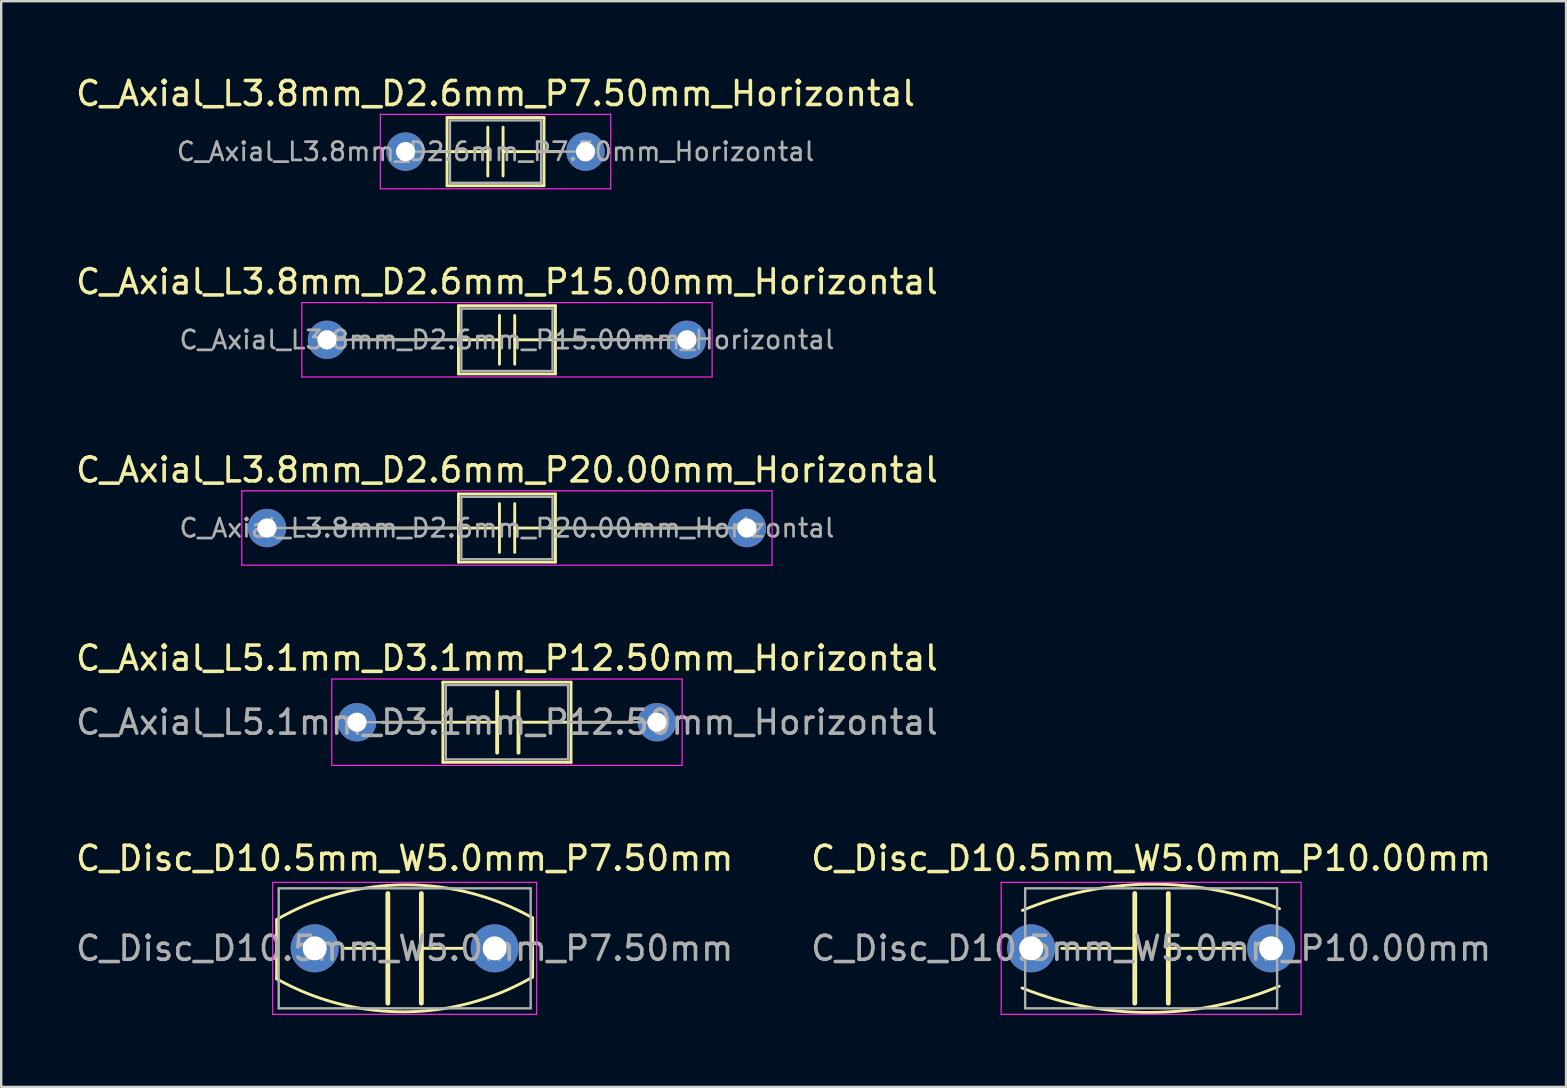
<source format=kicad_pcb>
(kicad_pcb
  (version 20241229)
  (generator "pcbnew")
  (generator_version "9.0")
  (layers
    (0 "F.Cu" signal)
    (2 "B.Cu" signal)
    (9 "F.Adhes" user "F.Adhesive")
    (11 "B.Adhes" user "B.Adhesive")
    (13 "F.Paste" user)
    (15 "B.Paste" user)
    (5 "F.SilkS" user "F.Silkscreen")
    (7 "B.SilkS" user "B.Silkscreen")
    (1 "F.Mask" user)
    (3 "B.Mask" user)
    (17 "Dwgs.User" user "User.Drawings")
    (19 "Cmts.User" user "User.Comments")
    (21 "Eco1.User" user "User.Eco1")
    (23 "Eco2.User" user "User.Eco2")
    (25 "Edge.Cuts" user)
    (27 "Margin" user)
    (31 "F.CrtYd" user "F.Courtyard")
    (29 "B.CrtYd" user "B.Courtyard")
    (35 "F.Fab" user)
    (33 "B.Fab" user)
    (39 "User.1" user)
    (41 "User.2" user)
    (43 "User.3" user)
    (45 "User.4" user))
  (footprint "C_Disc_D10.5mm_W5.0mm_P7.50mm"
    (layer "F.Cu")
    (at 10.065 36.471)
    (property "Reference" "C_Disc_D10.5mm_W5.0mm_P7.50mm" (at 3.75 -3.75 0) (layer "F.SilkS") (effects (font (size 1 1) (thickness 0.15))))
    (attr through_hole)
    (fp_line (start -1.587 -1.143) (end -1.584 -1.2) (stroke (width 0.12) (type solid)) (layer "F.SilkS"))
    (fp_line (start -1.587 1.27) (end -1.587 -1.143) (stroke (width 0.12) (type solid)) (layer "F.SilkS"))
    (fp_line (start 1.27 0) (end 3.048 0) (stroke (width 0.12) (type solid)) (layer "F.SilkS"))
    (fp_line (start 3.048 0) (end 3.048 -2.286) (stroke (width 0.2) (type solid)) (layer "F.SilkS"))
    (fp_line (start 3.048 0) (end 3.048 2.286) (stroke (width 0.2) (type solid)) (layer "F.SilkS"))
    (fp_line (start 4.445 0) (end 4.445 -2.286) (stroke (width 0.2) (type solid)) (layer "F.SilkS"))
    (fp_line (start 4.445 0) (end 4.445 2.286) (stroke (width 0.2) (type solid)) (layer "F.SilkS"))
    (fp_line (start 4.445 0) (end 6.223 0) (stroke (width 0.12) (type solid)) (layer "F.SilkS"))
    (fp_line (start 9.081 -1.27) (end 9.081 1.143) (stroke (width 0.12) (type solid)) (layer "F.SilkS"))
    (fp_line (start 9.081 1.143) (end 9.077 1.2) (stroke (width 0.12) (type solid)) (layer "F.SilkS"))
    (fp_arc (start -1.583661 -1.19986) (mid 3.739134 -2.646764) (end 9.0805 -1.27) (stroke (width 0.12) (type solid)) (layer "F.SilkS"))
    (fp_arc (start 9.076661 1.19986) (mid 3.753866 2.646764) (end -1.5875 1.27) (stroke (width 0.12) (type solid)) (layer "F.SilkS"))
    (fp_line (start -1.75 -2.75) (end -1.75 2.75) (stroke (width 0.05) (type solid)) (layer "F.CrtYd"))
    (fp_line (start -1.75 2.75) (end 9.25 2.75) (stroke (width 0.05) (type solid)) (layer "F.CrtYd"))
    (fp_line (start 9.25 -2.75) (end -1.75 -2.75) (stroke (width 0.05) (type solid)) (layer "F.CrtYd"))
    (fp_line (start 9.25 2.75) (end 9.25 -2.75) (stroke (width 0.05) (type solid)) (layer "F.CrtYd"))
    (fp_line (start -1.5 -2.5) (end -1.5 2.5) (stroke (width 0.1) (type solid)) (layer "F.Fab"))
    (fp_line (start -1.5 2.5) (end 9 2.5) (stroke (width 0.1) (type solid)) (layer "F.Fab"))
    (fp_line (start 9 -2.5) (end -1.5 -2.5) (stroke (width 0.1) (type solid)) (layer "F.Fab"))
    (fp_line (start 9 2.5) (end 9 -2.5) (stroke (width 0.1) (type solid)) (layer "F.Fab"))
    (fp_text user "${REFERENCE}" (at 3.75 0 0) (layer "F.Fab") (effects (font (size 1 1) (thickness 0.15))))
    (pad "1" thru_hole circle (at 0 0) (size 2 2) (drill 1) (layers "*.Cu" "*.Mask"))
    (pad "2" thru_hole circle (at 7.5 0) (size 2 2) (drill 1) (layers "*.Cu" "*.Mask")))
  (footprint "C_Axial_L3.8mm_D2.6mm_P15.00mm_Horizontal"
    (layer "F.Cu")
    (at 10.577 11.111)
    (property "Reference" "C_Axial_L3.8mm_D2.6mm_P15.00mm_Horizontal" (at 7.5 -2.42 0) (layer "F.SilkS") (effects (font (size 1 1) (thickness 0.15))))
    (attr through_hole)
    (fp_line (start 1.04 0) (end 5.48 0) (stroke (width 0.12) (type solid)) (layer "F.SilkS"))
    (fp_line (start 5.461 0) (end 7.188 0) (stroke (width 0.12) (type solid)) (layer "F.SilkS"))
    (fp_line (start 5.48 -1.42) (end 5.48 1.42) (stroke (width 0.12) (type solid)) (layer "F.SilkS"))
    (fp_line (start 5.48 1.42) (end 9.52 1.42) (stroke (width 0.12) (type solid)) (layer "F.SilkS"))
    (fp_line (start 7.188 0) (end 7.188 -1.016) (stroke (width 0.12) (type solid)) (layer "F.SilkS"))
    (fp_line (start 7.188 0) (end 7.188 1.016) (stroke (width 0.12) (type solid)) (layer "F.SilkS"))
    (fp_line (start 7.823 0) (end 7.823 -1.016) (stroke (width 0.12) (type solid)) (layer "F.SilkS"))
    (fp_line (start 7.823 0) (end 7.823 1.016) (stroke (width 0.12) (type solid)) (layer "F.SilkS"))
    (fp_line (start 9.52 -1.42) (end 5.48 -1.42) (stroke (width 0.12) (type solid)) (layer "F.SilkS"))
    (fp_line (start 9.52 1.42) (end 9.52 -1.42) (stroke (width 0.12) (type solid)) (layer "F.SilkS"))
    (fp_line (start 9.525 0) (end 7.823 0) (stroke (width 0.12) (type solid)) (layer "F.SilkS"))
    (fp_line (start 13.96 0) (end 9.52 0) (stroke (width 0.12) (type solid)) (layer "F.SilkS"))
    (fp_line (start -1.05 -1.55) (end -1.05 1.55) (stroke (width 0.05) (type solid)) (layer "F.CrtYd"))
    (fp_line (start -1.05 1.55) (end 16.05 1.55) (stroke (width 0.05) (type solid)) (layer "F.CrtYd"))
    (fp_line (start 16.05 -1.55) (end -1.05 -1.55) (stroke (width 0.05) (type solid)) (layer "F.CrtYd"))
    (fp_line (start 16.05 1.55) (end 16.05 -1.55) (stroke (width 0.05) (type solid)) (layer "F.CrtYd"))
    (fp_line (start 0 0) (end 5.6 0) (stroke (width 0.1) (type solid)) (layer "F.Fab"))
    (fp_line (start 5.6 -1.3) (end 5.6 1.3) (stroke (width 0.1) (type solid)) (layer "F.Fab"))
    (fp_line (start 5.6 1.3) (end 9.4 1.3) (stroke (width 0.1) (type solid)) (layer "F.Fab"))
    (fp_line (start 9.4 -1.3) (end 5.6 -1.3) (stroke (width 0.1) (type solid)) (layer "F.Fab"))
    (fp_line (start 9.4 1.3) (end 9.4 -1.3) (stroke (width 0.1) (type solid)) (layer "F.Fab"))
    (fp_line (start 15 0) (end 9.4 0) (stroke (width 0.1) (type solid)) (layer "F.Fab"))
    (fp_text user "${REFERENCE}" (at 7.5 0 0) (layer "F.Fab") (effects (font (size 0.76 0.76) (thickness 0.114))))
    (pad "1" thru_hole circle (at 0 0) (size 1.6 1.6) (drill 0.8) (layers "*.Cu" "*.Mask"))
    (pad "2" thru_hole oval (at 15 0) (size 1.6 1.6) (drill 0.8) (layers "*.Cu" "*.Mask")))
  (footprint "C_Axial_L3.8mm_D2.6mm_P7.50mm_Horizontal"
    (layer "F.Cu")
    (at 13.851 3.268)
    (property "Reference" "C_Axial_L3.8mm_D2.6mm_P7.50mm_Horizontal" (at 3.75 -2.42 0) (layer "F.SilkS") (effects (font (size 1 1) (thickness 0.15))))
    (attr through_hole)
    (fp_line (start 1.04 0) (end 1.73 0) (stroke (width 0.12) (type solid)) (layer "F.SilkS"))
    (fp_line (start 1.73 -1.42) (end 1.73 1.42) (stroke (width 0.12) (type solid)) (layer "F.SilkS"))
    (fp_line (start 1.73 0) (end 3.429 0) (stroke (width 0.12) (type solid)) (layer "F.SilkS"))
    (fp_line (start 1.73 1.42) (end 5.77 1.42) (stroke (width 0.12) (type solid)) (layer "F.SilkS"))
    (fp_line (start 3.429 0) (end 3.429 -1.016) (stroke (width 0.12) (type solid)) (layer "F.SilkS"))
    (fp_line (start 3.429 0) (end 3.429 1.016) (stroke (width 0.12) (type solid)) (layer "F.SilkS"))
    (fp_line (start 4.064 0) (end 4.064 -1.016) (stroke (width 0.12) (type solid)) (layer "F.SilkS"))
    (fp_line (start 4.064 0) (end 4.064 1.016) (stroke (width 0.12) (type solid)) (layer "F.SilkS"))
    (fp_line (start 5.77 -1.42) (end 1.73 -1.42) (stroke (width 0.12) (type solid)) (layer "F.SilkS"))
    (fp_line (start 5.77 0) (end 4.064 0) (stroke (width 0.12) (type solid)) (layer "F.SilkS"))
    (fp_line (start 5.77 1.42) (end 5.77 -1.42) (stroke (width 0.12) (type solid)) (layer "F.SilkS"))
    (fp_line (start 6.46 0) (end 5.77 0) (stroke (width 0.12) (type solid)) (layer "F.SilkS"))
    (fp_line (start -1.05 -1.55) (end -1.05 1.55) (stroke (width 0.05) (type solid)) (layer "F.CrtYd"))
    (fp_line (start -1.05 1.55) (end 8.55 1.55) (stroke (width 0.05) (type solid)) (layer "F.CrtYd"))
    (fp_line (start 8.55 -1.55) (end -1.05 -1.55) (stroke (width 0.05) (type solid)) (layer "F.CrtYd"))
    (fp_line (start 8.55 1.55) (end 8.55 -1.55) (stroke (width 0.05) (type solid)) (layer "F.CrtYd"))
    (fp_line (start 0 0) (end 1.85 0) (stroke (width 0.1) (type solid)) (layer "F.Fab"))
    (fp_line (start 1.85 -1.3) (end 1.85 1.3) (stroke (width 0.1) (type solid)) (layer "F.Fab"))
    (fp_line (start 1.85 1.3) (end 5.65 1.3) (stroke (width 0.1) (type solid)) (layer "F.Fab"))
    (fp_line (start 5.65 -1.3) (end 1.85 -1.3) (stroke (width 0.1) (type solid)) (layer "F.Fab"))
    (fp_line (start 5.65 1.3) (end 5.65 -1.3) (stroke (width 0.1) (type solid)) (layer "F.Fab"))
    (fp_line (start 7.5 0) (end 5.65 0) (stroke (width 0.1) (type solid)) (layer "F.Fab"))
    (fp_text user "${REFERENCE}" (at 3.75 0 0) (layer "F.Fab") (effects (font (size 0.76 0.76) (thickness 0.114))))
    (pad "1" thru_hole circle (at 0 0) (size 1.6 1.6) (drill 0.8) (layers "*.Cu" "*.Mask"))
    (pad "2" thru_hole oval (at 7.5 0) (size 1.6 1.6) (drill 0.8) (layers "*.Cu" "*.Mask")))
  (footprint "C_Disc_D10.5mm_W5.0mm_P10.00mm"
    (layer "F.Cu")
    (at 39.923 36.471)
    (property "Reference" "C_Disc_D10.5mm_W5.0mm_P10.00mm" (at 5 -3.75 0) (layer "F.SilkS") (effects (font (size 1 1) (thickness 0.15))))
    (attr through_hole)
    (fp_line (start 1.27 0) (end 4.318 0) (stroke (width 0.12) (type solid)) (layer "F.SilkS"))
    (fp_line (start 4.318 0) (end 4.318 -2.286) (stroke (width 0.2) (type solid)) (layer "F.SilkS"))
    (fp_line (start 4.318 0) (end 4.318 2.286) (stroke (width 0.2) (type solid)) (layer "F.SilkS"))
    (fp_line (start 5.715 0) (end 5.715 -2.286) (stroke (width 0.2) (type solid)) (layer "F.SilkS"))
    (fp_line (start 5.715 0) (end 5.715 2.286) (stroke (width 0.2) (type solid)) (layer "F.SilkS"))
    (fp_line (start 5.715 0) (end 8.763 0) (stroke (width 0.12) (type solid)) (layer "F.SilkS"))
    (fp_arc (start -0.365657 -1.579056) (mid 4.985322 -2.672545) (end 10.3505 -1.651) (stroke (width 0.12) (type solid)) (layer "F.SilkS"))
    (fp_arc (start 10.335157 1.579056) (mid 4.984178 2.672545) (end -0.381 1.651) (stroke (width 0.12) (type solid)) (layer "F.SilkS"))
    (fp_line (start -1.25 -2.75) (end -1.25 2.75) (stroke (width 0.05) (type solid)) (layer "F.CrtYd"))
    (fp_line (start -1.25 2.75) (end 11.25 2.75) (stroke (width 0.05) (type solid)) (layer "F.CrtYd"))
    (fp_line (start 11.25 -2.75) (end -1.25 -2.75) (stroke (width 0.05) (type solid)) (layer "F.CrtYd"))
    (fp_line (start 11.25 2.75) (end 11.25 -2.75) (stroke (width 0.05) (type solid)) (layer "F.CrtYd"))
    (fp_line (start -0.25 -2.5) (end -0.25 2.5) (stroke (width 0.1) (type solid)) (layer "F.Fab"))
    (fp_line (start -0.25 2.5) (end 10.25 2.5) (stroke (width 0.1) (type solid)) (layer "F.Fab"))
    (fp_line (start 10.25 -2.5) (end -0.25 -2.5) (stroke (width 0.1) (type solid)) (layer "F.Fab"))
    (fp_line (start 10.25 2.5) (end 10.25 -2.5) (stroke (width 0.1) (type solid)) (layer "F.Fab"))
    (fp_text user "${REFERENCE}" (at 5 0 0) (layer "F.Fab") (effects (font (size 1 1) (thickness 0.15))))
    (pad "1" thru_hole circle (at 0 0) (size 2 2) (drill 1) (layers "*.Cu" "*.Mask"))
    (pad "2" thru_hole circle (at 10 0) (size 2 2) (drill 1) (layers "*.Cu" "*.Mask")))
  (footprint "C_Axial_L5.1mm_D3.1mm_P12.50mm_Horizontal"
    (layer "F.Cu")
    (at 11.827 27.048)
    (property "Reference" "C_Axial_L5.1mm_D3.1mm_P12.50mm_Horizontal" (at 6.25 -2.67 0) (layer "F.SilkS") (effects (font (size 1 1) (thickness 0.15))))
    (attr through_hole)
    (fp_line (start 1.04 0) (end 3.58 0) (stroke (width 0.12) (type solid)) (layer "F.SilkS"))
    (fp_line (start 3.58 -1.67) (end 3.58 1.67) (stroke (width 0.12) (type solid)) (layer "F.SilkS"))
    (fp_line (start 3.58 0) (end 5.842 0) (stroke (width 0.12) (type solid)) (layer "F.SilkS"))
    (fp_line (start 3.58 1.67) (end 8.92 1.67) (stroke (width 0.12) (type solid)) (layer "F.SilkS"))
    (fp_line (start 5.842 0) (end 5.842 -1.27) (stroke (width 0.16) (type solid)) (layer "F.SilkS"))
    (fp_line (start 5.842 0) (end 5.842 1.27) (stroke (width 0.16) (type solid)) (layer "F.SilkS"))
    (fp_line (start 6.731 0) (end 6.731 -1.27) (stroke (width 0.16) (type solid)) (layer "F.SilkS"))
    (fp_line (start 6.731 0) (end 6.731 1.27) (stroke (width 0.16) (type solid)) (layer "F.SilkS"))
    (fp_line (start 8.92 -1.67) (end 3.58 -1.67) (stroke (width 0.12) (type solid)) (layer "F.SilkS"))
    (fp_line (start 8.92 0) (end 6.731 0) (stroke (width 0.12) (type solid)) (layer "F.SilkS"))
    (fp_line (start 8.92 1.67) (end 8.92 -1.67) (stroke (width 0.12) (type solid)) (layer "F.SilkS"))
    (fp_line (start 11.46 0) (end 8.92 0) (stroke (width 0.12) (type solid)) (layer "F.SilkS"))
    (fp_line (start -1.05 -1.8) (end -1.05 1.8) (stroke (width 0.05) (type solid)) (layer "F.CrtYd"))
    (fp_line (start -1.05 1.8) (end 13.55 1.8) (stroke (width 0.05) (type solid)) (layer "F.CrtYd"))
    (fp_line (start 13.55 -1.8) (end -1.05 -1.8) (stroke (width 0.05) (type solid)) (layer "F.CrtYd"))
    (fp_line (start 13.55 1.8) (end 13.55 -1.8) (stroke (width 0.05) (type solid)) (layer "F.CrtYd"))
    (fp_line (start 0 0) (end 3.7 0) (stroke (width 0.1) (type solid)) (layer "F.Fab"))
    (fp_line (start 3.7 -1.55) (end 3.7 1.55) (stroke (width 0.1) (type solid)) (layer "F.Fab"))
    (fp_line (start 3.7 1.55) (end 8.8 1.55) (stroke (width 0.1) (type solid)) (layer "F.Fab"))
    (fp_line (start 8.8 -1.55) (end 3.7 -1.55) (stroke (width 0.1) (type solid)) (layer "F.Fab"))
    (fp_line (start 8.8 1.55) (end 8.8 -1.55) (stroke (width 0.1) (type solid)) (layer "F.Fab"))
    (fp_line (start 12.5 0) (end 8.8 0) (stroke (width 0.1) (type solid)) (layer "F.Fab"))
    (fp_text user "${REFERENCE}" (at 6.25 0 0) (layer "F.Fab") (effects (font (size 1 1) (thickness 0.15))))
    (pad "1" thru_hole circle (at 0 0) (size 1.6 1.6) (drill 0.8) (layers "*.Cu" "*.Mask"))
    (pad "2" thru_hole oval (at 12.5 0) (size 1.6 1.6) (drill 0.8) (layers "*.Cu" "*.Mask")))
  (footprint "C_Axial_L3.8mm_D2.6mm_P20.00mm_Horizontal"
    (layer "F.Cu")
    (at 8.077 18.955)
    (property "Reference" "C_Axial_L3.8mm_D2.6mm_P20.00mm_Horizontal" (at 10 -2.42 0) (layer "F.SilkS") (effects (font (size 1 1) (thickness 0.15))))
    (attr through_hole)
    (fp_line (start 1.1 0) (end 7.98 0) (stroke (width 0.12) (type solid)) (layer "F.SilkS"))
    (fp_line (start 7.98 -1.42) (end 7.98 1.42) (stroke (width 0.12) (type solid)) (layer "F.SilkS"))
    (fp_line (start 7.98 0) (end 9.688 0) (stroke (width 0.12) (type solid)) (layer "F.SilkS"))
    (fp_line (start 7.98 1.42) (end 12.02 1.42) (stroke (width 0.12) (type solid)) (layer "F.SilkS"))
    (fp_line (start 9.688 0) (end 9.688 -1.016) (stroke (width 0.12) (type solid)) (layer "F.SilkS"))
    (fp_line (start 9.688 0) (end 9.688 1.016) (stroke (width 0.12) (type solid)) (layer "F.SilkS"))
    (fp_line (start 10.323 0) (end 10.323 -1.016) (stroke (width 0.12) (type solid)) (layer "F.SilkS"))
    (fp_line (start 10.323 0) (end 10.323 1.016) (stroke (width 0.12) (type solid)) (layer "F.SilkS"))
    (fp_line (start 12.02 -1.42) (end 7.98 -1.42) (stroke (width 0.12) (type solid)) (layer "F.SilkS"))
    (fp_line (start 12.02 0) (end 10.323 0) (stroke (width 0.12) (type solid)) (layer "F.SilkS"))
    (fp_line (start 12.02 1.42) (end 12.02 -1.42) (stroke (width 0.12) (type solid)) (layer "F.SilkS"))
    (fp_line (start 18.9 0) (end 12.02 0) (stroke (width 0.12) (type solid)) (layer "F.SilkS"))
    (fp_line (start -1.05 -1.55) (end -1.05 1.55) (stroke (width 0.05) (type solid)) (layer "F.CrtYd"))
    (fp_line (start -1.05 1.55) (end 21.05 1.55) (stroke (width 0.05) (type solid)) (layer "F.CrtYd"))
    (fp_line (start 21.05 -1.55) (end -1.05 -1.55) (stroke (width 0.05) (type solid)) (layer "F.CrtYd"))
    (fp_line (start 21.05 1.55) (end 21.05 -1.55) (stroke (width 0.05) (type solid)) (layer "F.CrtYd"))
    (fp_line (start 0 0) (end 8.1 0) (stroke (width 0.1) (type solid)) (layer "F.Fab"))
    (fp_line (start 8.1 -1.3) (end 8.1 1.3) (stroke (width 0.1) (type solid)) (layer "F.Fab"))
    (fp_line (start 8.1 1.3) (end 11.9 1.3) (stroke (width 0.1) (type solid)) (layer "F.Fab"))
    (fp_line (start 11.9 -1.3) (end 8.1 -1.3) (stroke (width 0.1) (type solid)) (layer "F.Fab"))
    (fp_line (start 11.9 1.3) (end 11.9 -1.3) (stroke (width 0.1) (type solid)) (layer "F.Fab"))
    (fp_line (start 20 0) (end 11.9 0) (stroke (width 0.1) (type solid)) (layer "F.Fab"))
    (fp_text user "${REFERENCE}" (at 10 0 0) (layer "F.Fab") (effects (font (size 0.76 0.76) (thickness 0.114))))
    (pad "1" thru_hole circle (at 0 0) (size 1.6 1.6) (drill 0.8) (layers "*.Cu" "*.Mask"))
    (pad "2" thru_hole oval (at 20 0) (size 1.6 1.6) (drill 0.8) (layers "*.Cu" "*.Mask")))
  (gr_rect
    (start -3 -3)
    (end 62.214 42.246)
    (stroke (width 0.1) (type default))
    (fill no)
    (layer "Edge.Cuts")))
</source>
